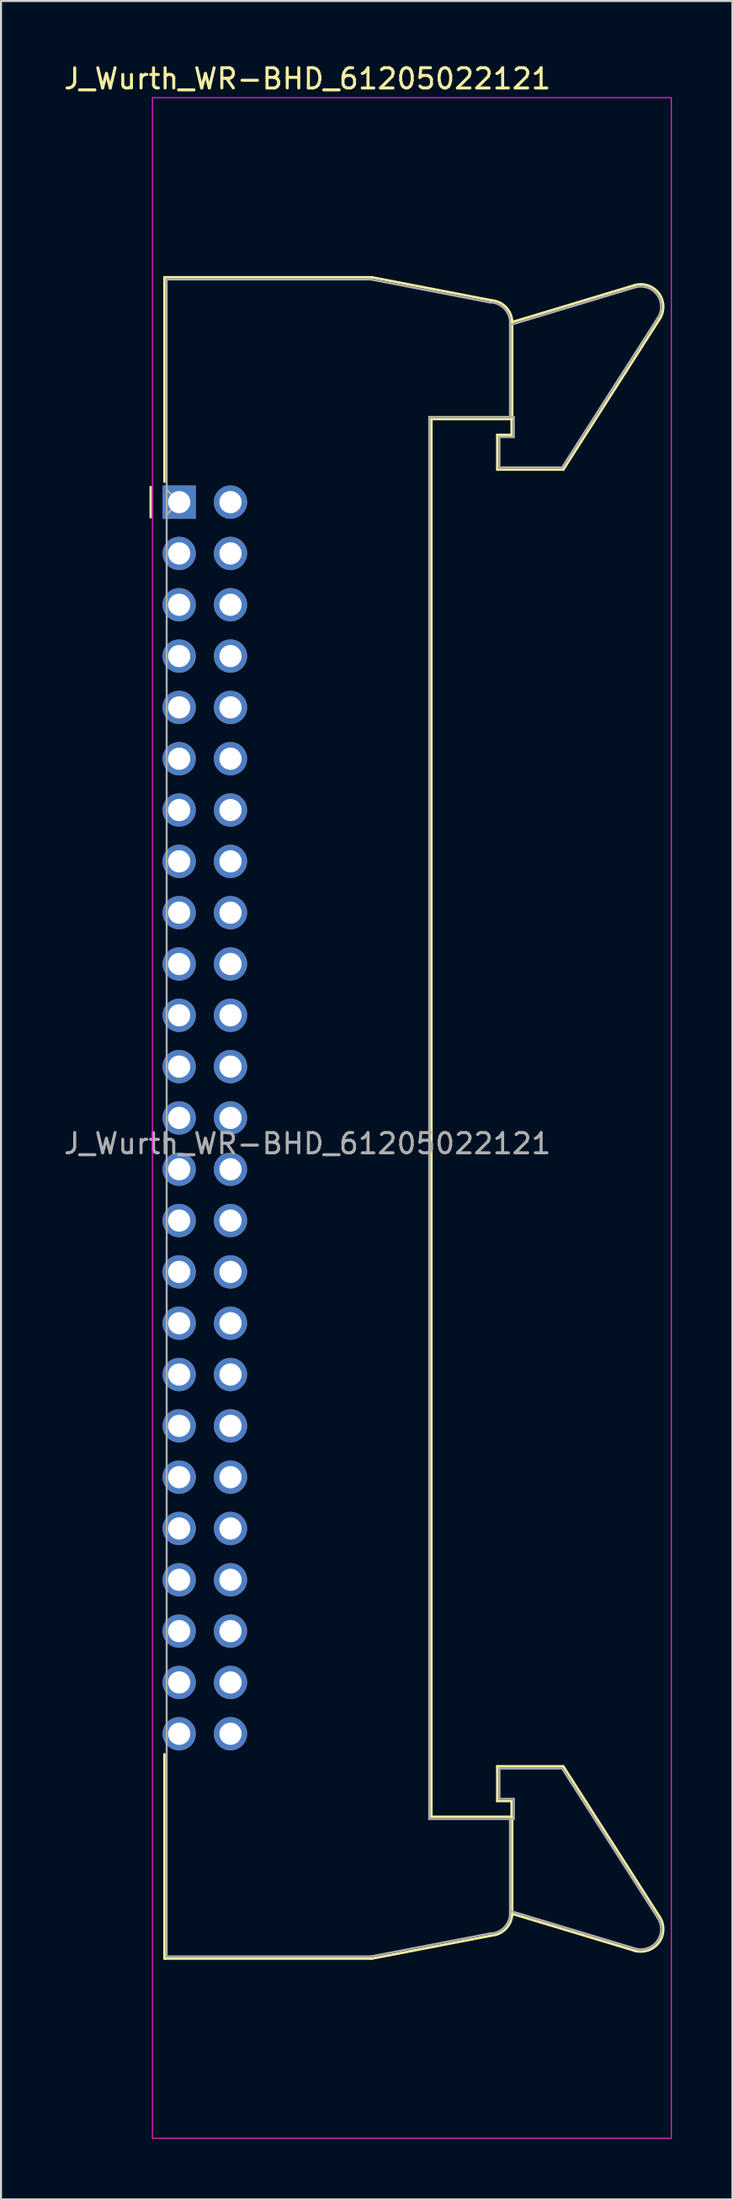
<source format=kicad_pcb>
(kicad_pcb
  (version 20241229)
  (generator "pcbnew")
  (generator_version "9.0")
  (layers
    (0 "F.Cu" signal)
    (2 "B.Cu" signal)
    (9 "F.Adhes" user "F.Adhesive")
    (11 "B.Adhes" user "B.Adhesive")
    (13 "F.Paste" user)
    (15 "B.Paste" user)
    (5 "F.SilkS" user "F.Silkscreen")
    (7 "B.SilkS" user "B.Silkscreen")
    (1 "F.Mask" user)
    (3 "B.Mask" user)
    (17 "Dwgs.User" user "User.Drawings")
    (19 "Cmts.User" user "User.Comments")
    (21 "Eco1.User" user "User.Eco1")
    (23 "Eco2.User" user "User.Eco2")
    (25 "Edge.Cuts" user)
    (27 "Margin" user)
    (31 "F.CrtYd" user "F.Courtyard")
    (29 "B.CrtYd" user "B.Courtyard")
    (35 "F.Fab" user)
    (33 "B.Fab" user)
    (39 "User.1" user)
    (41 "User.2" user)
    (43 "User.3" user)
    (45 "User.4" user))
  (footprint "J_Wurth_WR-BHD_61205022121"
    (layer "F.Cu")
    (at 5.823 21.803)
    (property "Reference" "J_Wurth_WR-BHD_61205022121" (at 6.35 -20.955 0) (unlocked yes) (layer "F.SilkS") (effects (font (size 1 1) (thickness 0.15))))
    (attr through_hole)
    (fp_line (start -1.41 -0.75) (end -1.41 0.75) (stroke (width 0.12) (type solid)) (layer "F.SilkS"))
    (fp_line (start -0.73 -11.13) (end -0.73 -1.01) (stroke (width 0.12) (type solid)) (layer "F.SilkS"))
    (fp_line (start -0.73 -11.13) (end 9.534 -11.13) (stroke (width 0.12) (type solid)) (layer "F.SilkS"))
    (fp_line (start -0.73 72.09) (end -0.73 61.97) (stroke (width 0.12) (type solid)) (layer "F.SilkS"))
    (fp_line (start -0.73 72.09) (end 9.534 72.09) (stroke (width 0.12) (type solid)) (layer "F.SilkS"))
    (fp_line (start 9.534 -11.13) (end 15.443 -9.992) (stroke (width 0.12) (type solid)) (layer "F.SilkS"))
    (fp_line (start 9.534 72.09) (end 15.443 70.952) (stroke (width 0.12) (type solid)) (layer "F.SilkS"))
    (fp_line (start 12.49 65.07) (end 12.49 -4.11) (stroke (width 0.12) (type solid)) (layer "F.SilkS"))
    (fp_line (start 15.75 -3.33) (end 15.75 -1.61) (stroke (width 0.12) (type solid)) (layer "F.SilkS"))
    (fp_line (start 15.75 -1.61) (end 19.021 -1.61) (stroke (width 0.12) (type solid)) (layer "F.SilkS"))
    (fp_line (start 15.75 62.57) (end 19.021 62.57) (stroke (width 0.12) (type solid)) (layer "F.SilkS"))
    (fp_line (start 15.75 64.29) (end 15.75 62.57) (stroke (width 0.12) (type solid)) (layer "F.SilkS"))
    (fp_line (start 16.46 -4.11) (end 12.49 -4.11) (stroke (width 0.12) (type solid)) (layer "F.SilkS"))
    (fp_line (start 16.46 -4.11) (end 16.46 -3.33) (stroke (width 0.12) (type solid)) (layer "F.SilkS"))
    (fp_line (start 16.46 -3.33) (end 15.75 -3.33) (stroke (width 0.12) (type solid)) (layer "F.SilkS"))
    (fp_line (start 16.46 64.29) (end 15.75 64.29) (stroke (width 0.12) (type solid)) (layer "F.SilkS"))
    (fp_line (start 16.46 65.07) (end 12.49 65.07) (stroke (width 0.12) (type solid)) (layer "F.SilkS"))
    (fp_line (start 16.46 65.07) (end 16.46 64.29) (stroke (width 0.12) (type solid)) (layer "F.SilkS"))
    (fp_line (start 16.49 -8.975) (end 16.49 -4.11) (stroke (width 0.12) (type solid)) (layer "F.SilkS"))
    (fp_line (start 16.49 69.935) (end 16.49 65.07) (stroke (width 0.12) (type solid)) (layer "F.SilkS"))
    (fp_line (start 19.021 -1.61) (end 23.789 -9.059) (stroke (width 0.12) (type solid)) (layer "F.SilkS"))
    (fp_line (start 19.021 62.57) (end 23.789 70.019) (stroke (width 0.12) (type solid)) (layer "F.SilkS"))
    (fp_line (start 22.581 -10.747) (end 16.491 -8.914) (stroke (width 0.12) (type solid)) (layer "F.SilkS"))
    (fp_line (start 22.581 71.707) (end 16.491 69.874) (stroke (width 0.12) (type solid)) (layer "F.SilkS"))
    (fp_arc (start 15.442979 -9.98974) (mid 16.176162 -9.655638) (end 16.491006 -8.913981) (stroke (width 0.12) (type solid)) (layer "F.SilkS"))
    (fp_arc (start 16.491006 69.873981) (mid 16.176162 70.615638) (end 15.442979 70.94974) (stroke (width 0.12) (type solid)) (layer "F.SilkS"))
    (fp_arc (start 22.581 -10.747) (mid 23.764714 -10.317505) (end 23.789444 -9.058524) (stroke (width 0.12) (type solid)) (layer "F.SilkS"))
    (fp_arc (start 23.789444 70.018524) (mid 23.764714 71.277505) (end 22.581 71.707) (stroke (width 0.12) (type solid)) (layer "F.SilkS"))
    (fp_rect (start -1.325 -20.02) (end 24.37 80.98) (stroke (width 0.05) (type solid)) (fill no) (layer "F.CrtYd"))
    (fp_line (start -0.62 -11.02) (end 9.484 -11.02) (stroke (width 0.1) (type solid)) (layer "F.Fab"))
    (fp_line (start -0.62 71.98) (end -0.62 -11.02) (stroke (width 0.1) (type solid)) (layer "F.Fab"))
    (fp_line (start -0.62 71.98) (end 9.484 71.98) (stroke (width 0.1) (type solid)) (layer "F.Fab"))
    (fp_line (start 0 0) (end -0.62 -0.62) (stroke (width 0.1) (type solid)) (layer "F.Fab"))
    (fp_line (start 0 0) (end -0.62 0.62) (stroke (width 0.1) (type solid)) (layer "F.Fab"))
    (fp_line (start 9.484 -11.02) (end 15.381 -9.884) (stroke (width 0.1) (type solid)) (layer "F.Fab"))
    (fp_line (start 9.484 71.98) (end 15.381 70.844) (stroke (width 0.1) (type solid)) (layer "F.Fab"))
    (fp_line (start 12.38 65.18) (end 12.38 -4.22) (stroke (width 0.1) (type solid)) (layer "F.Fab"))
    (fp_line (start 15.86 -1.72) (end 15.86 -3.22) (stroke (width 0.1) (type solid)) (layer "F.Fab"))
    (fp_line (start 15.86 -1.72) (end 18.96 -1.72) (stroke (width 0.1) (type solid)) (layer "F.Fab"))
    (fp_line (start 15.86 62.68) (end 18.96 62.68) (stroke (width 0.1) (type solid)) (layer "F.Fab"))
    (fp_line (start 15.86 64.18) (end 15.86 62.68) (stroke (width 0.1) (type solid)) (layer "F.Fab"))
    (fp_line (start 16.38 -8.975) (end 16.38 -4.22) (stroke (width 0.1) (type solid)) (layer "F.Fab"))
    (fp_line (start 16.38 69.935) (end 16.38 65.18) (stroke (width 0.1) (type solid)) (layer "F.Fab"))
    (fp_line (start 16.57 -4.22) (end 12.38 -4.22) (stroke (width 0.1) (type solid)) (layer "F.Fab"))
    (fp_line (start 16.57 -4.22) (end 16.57 -3.22) (stroke (width 0.1) (type solid)) (layer "F.Fab"))
    (fp_line (start 16.57 -3.22) (end 15.86 -3.22) (stroke (width 0.1) (type solid)) (layer "F.Fab"))
    (fp_line (start 16.57 64.18) (end 15.86 64.18) (stroke (width 0.1) (type solid)) (layer "F.Fab"))
    (fp_line (start 16.57 65.18) (end 12.38 65.18) (stroke (width 0.1) (type solid)) (layer "F.Fab"))
    (fp_line (start 16.57 65.18) (end 16.57 64.18) (stroke (width 0.1) (type solid)) (layer "F.Fab"))
    (fp_line (start 18.96 -1.72) (end 23.696 -9.12) (stroke (width 0.1) (type solid)) (layer "F.Fab"))
    (fp_line (start 18.96 62.68) (end 23.696 70.08) (stroke (width 0.1) (type solid)) (layer "F.Fab"))
    (fp_line (start 22.571 -10.627) (end 16.481 -8.794) (stroke (width 0.1) (type solid)) (layer "F.Fab"))
    (fp_line (start 22.571 71.587) (end 16.481 69.754) (stroke (width 0.1) (type solid)) (layer "F.Fab"))
    (fp_arc (start 15.380999 -9.884) (mid 16.05791 -9.620576) (end 16.38 -8.969532) (stroke (width 0.1) (type solid)) (layer "F.Fab"))
    (fp_arc (start 16.38 69.929532) (mid 16.05791 70.580576) (end 15.380999 70.844) (stroke (width 0.1) (type solid)) (layer "F.Fab"))
    (fp_arc (start 22.573383 -10.628774) (mid 23.662842 -10.267362) (end 23.696001 -9.12) (stroke (width 0.1) (type solid)) (layer "F.Fab"))
    (fp_arc (start 23.696001 70.08) (mid 23.662842 71.227363) (end 22.573383 71.588774) (stroke (width 0.1) (type solid)) (layer "F.Fab"))
    (fp_text user "${REFERENCE}" (at 6.35 31.75 0) (unlocked yes) (layer "F.Fab") (effects (font (size 1 1) (thickness 0.15))))
    (pad "1" thru_hole rect (at 0 0 90) (size 1.65 1.65) (drill 1.1) (layers "*.Cu" "*.Mask"))
    (pad "2" thru_hole circle (at 2.54 0 90) (size 1.65 1.65) (drill 1.1) (layers "*.Cu" "*.Mask"))
    (pad "3" thru_hole circle (at 0 2.54 90) (size 1.65 1.65) (drill 1.1) (layers "*.Cu" "*.Mask"))
    (pad "4" thru_hole circle (at 2.54 2.54 90) (size 1.65 1.65) (drill 1.1) (layers "*.Cu" "*.Mask"))
    (pad "5" thru_hole circle (at 0 5.08 90) (size 1.65 1.65) (drill 1.1) (layers "*.Cu" "*.Mask"))
    (pad "6" thru_hole circle (at 2.54 5.08 90) (size 1.65 1.65) (drill 1.1) (layers "*.Cu" "*.Mask"))
    (pad "7" thru_hole circle (at 0 7.62 90) (size 1.65 1.65) (drill 1.1) (layers "*.Cu" "*.Mask"))
    (pad "8" thru_hole circle (at 2.54 7.62 90) (size 1.65 1.65) (drill 1.1) (layers "*.Cu" "*.Mask"))
    (pad "9" thru_hole circle (at 0 10.16 90) (size 1.65 1.65) (drill 1.1) (layers "*.Cu" "*.Mask"))
    (pad "10" thru_hole circle (at 2.54 10.16 90) (size 1.65 1.65) (drill 1.1) (layers "*.Cu" "*.Mask"))
    (pad "11" thru_hole circle (at 0 12.7 90) (size 1.65 1.65) (drill 1.1) (layers "*.Cu" "*.Mask"))
    (pad "12" thru_hole circle (at 2.54 12.7 90) (size 1.65 1.65) (drill 1.1) (layers "*.Cu" "*.Mask"))
    (pad "13" thru_hole circle (at 0 15.24 90) (size 1.65 1.65) (drill 1.1) (layers "*.Cu" "*.Mask"))
    (pad "14" thru_hole circle (at 2.54 15.24 90) (size 1.65 1.65) (drill 1.1) (layers "*.Cu" "*.Mask"))
    (pad "15" thru_hole circle (at 0 17.78 90) (size 1.65 1.65) (drill 1.1) (layers "*.Cu" "*.Mask"))
    (pad "16" thru_hole circle (at 2.54 17.78 90) (size 1.65 1.65) (drill 1.1) (layers "*.Cu" "*.Mask"))
    (pad "17" thru_hole circle (at 0 20.32 90) (size 1.65 1.65) (drill 1.1) (layers "*.Cu" "*.Mask"))
    (pad "18" thru_hole circle (at 2.54 20.32 90) (size 1.65 1.65) (drill 1.1) (layers "*.Cu" "*.Mask"))
    (pad "19" thru_hole circle (at 0 22.86 90) (size 1.65 1.65) (drill 1.1) (layers "*.Cu" "*.Mask"))
    (pad "20" thru_hole circle (at 2.54 22.86 90) (size 1.65 1.65) (drill 1.1) (layers "*.Cu" "*.Mask"))
    (pad "21" thru_hole circle (at 0 25.4 90) (size 1.65 1.65) (drill 1.1) (layers "*.Cu" "*.Mask"))
    (pad "22" thru_hole circle (at 2.54 25.4 90) (size 1.65 1.65) (drill 1.1) (layers "*.Cu" "*.Mask"))
    (pad "23" thru_hole circle (at 0 27.94 90) (size 1.65 1.65) (drill 1.1) (layers "*.Cu" "*.Mask"))
    (pad "24" thru_hole circle (at 2.54 27.94 90) (size 1.65 1.65) (drill 1.1) (layers "*.Cu" "*.Mask"))
    (pad "25" thru_hole circle (at 0 30.48 90) (size 1.65 1.65) (drill 1.1) (layers "*.Cu" "*.Mask"))
    (pad "26" thru_hole circle (at 2.54 30.48 90) (size 1.65 1.65) (drill 1.1) (layers "*.Cu" "*.Mask"))
    (pad "27" thru_hole circle (at 0 33.02 90) (size 1.65 1.65) (drill 1.1) (layers "*.Cu" "*.Mask"))
    (pad "28" thru_hole circle (at 2.54 33.02 90) (size 1.65 1.65) (drill 1.1) (layers "*.Cu" "*.Mask"))
    (pad "29" thru_hole circle (at 0 35.56 90) (size 1.65 1.65) (drill 1.1) (layers "*.Cu" "*.Mask"))
    (pad "30" thru_hole circle (at 2.54 35.56 90) (size 1.65 1.65) (drill 1.1) (layers "*.Cu" "*.Mask"))
    (pad "31" thru_hole circle (at 0 38.1 90) (size 1.65 1.65) (drill 1.1) (layers "*.Cu" "*.Mask"))
    (pad "32" thru_hole circle (at 2.54 38.1 90) (size 1.65 1.65) (drill 1.1) (layers "*.Cu" "*.Mask"))
    (pad "33" thru_hole circle (at 0 40.64 90) (size 1.65 1.65) (drill 1.1) (layers "*.Cu" "*.Mask"))
    (pad "34" thru_hole circle (at 2.54 40.64 90) (size 1.65 1.65) (drill 1.1) (layers "*.Cu" "*.Mask"))
    (pad "35" thru_hole circle (at 0 43.18 90) (size 1.65 1.65) (drill 1.1) (layers "*.Cu" "*.Mask"))
    (pad "36" thru_hole circle (at 2.54 43.18 90) (size 1.65 1.65) (drill 1.1) (layers "*.Cu" "*.Mask"))
    (pad "37" thru_hole circle (at 0 45.72 90) (size 1.65 1.65) (drill 1.1) (layers "*.Cu" "*.Mask"))
    (pad "38" thru_hole circle (at 2.54 45.72 90) (size 1.65 1.65) (drill 1.1) (layers "*.Cu" "*.Mask"))
    (pad "39" thru_hole circle (at 0 48.26 90) (size 1.65 1.65) (drill 1.1) (layers "*.Cu" "*.Mask"))
    (pad "40" thru_hole circle (at 2.54 48.26 90) (size 1.65 1.65) (drill 1.1) (layers "*.Cu" "*.Mask"))
    (pad "41" thru_hole circle (at 0 50.8 90) (size 1.65 1.65) (drill 1.1) (layers "*.Cu" "*.Mask"))
    (pad "42" thru_hole circle (at 2.54 50.8 90) (size 1.65 1.65) (drill 1.1) (layers "*.Cu" "*.Mask"))
    (pad "43" thru_hole circle (at 0 53.34 90) (size 1.65 1.65) (drill 1.1) (layers "*.Cu" "*.Mask"))
    (pad "44" thru_hole circle (at 2.54 53.34 90) (size 1.65 1.65) (drill 1.1) (layers "*.Cu" "*.Mask"))
    (pad "45" thru_hole circle (at 0 55.88 90) (size 1.65 1.65) (drill 1.1) (layers "*.Cu" "*.Mask"))
    (pad "46" thru_hole circle (at 2.54 55.88 90) (size 1.65 1.65) (drill 1.1) (layers "*.Cu" "*.Mask"))
    (pad "47" thru_hole circle (at 0 58.42 90) (size 1.65 1.65) (drill 1.1) (layers "*.Cu" "*.Mask"))
    (pad "48" thru_hole circle (at 2.54 58.42 90) (size 1.65 1.65) (drill 1.1) (layers "*.Cu" "*.Mask"))
    (pad "49" thru_hole circle (at 0 60.96 90) (size 1.65 1.65) (drill 1.1) (layers "*.Cu" "*.Mask"))
    (pad "50" thru_hole circle (at 2.54 60.96 90) (size 1.65 1.65) (drill 1.1) (layers "*.Cu" "*.Mask")))
  (gr_rect
    (start -3 -3)
    (end 33.218 105.808)
    (stroke (width 0.1) (type default))
    (fill no)
    (layer "Edge.Cuts")))
</source>
